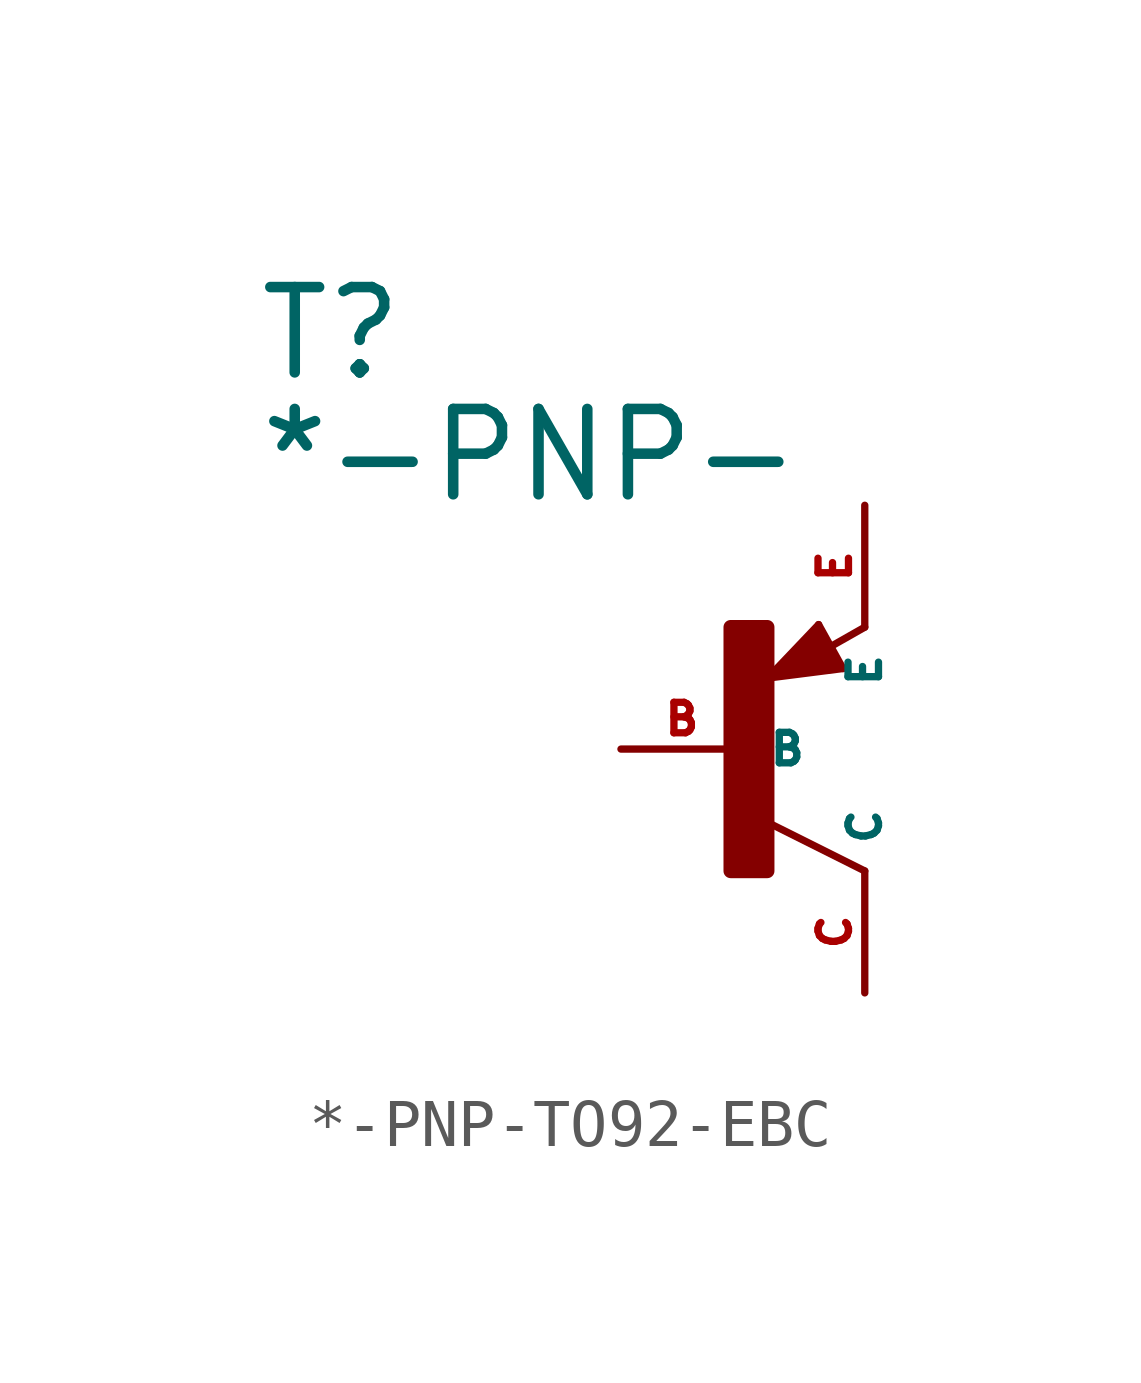
<source format=kicad_sym>
(kicad_symbol_lib
  (version 20220914)
  (generator Eagle2Kicad)
  (symbol "*-PNP-TO92-EBC"
    (property "Reference" "T"
      (at -10.16 7.62 0)
      (effects (font (size 1.778 1.778) (thickness 0.22)) (justify left bottom)))
    (property "Value" "*-PNP-"
      (at -10.16 5.08 0)
      (effects (font (size 1.778 1.778) (thickness 0.22)) (justify left bottom)))
    (polyline
      (pts (xy 2.086 1.678) (xy 1.578 2.594))
      (stroke (width 0.152) (type default))
      (fill (type none)))
    (polyline
      (pts (xy 1.578 2.594) (xy 0.516 1.478))
      (stroke (width 0.152) (type default))
      (fill (type none)))
    (polyline
      (pts (xy 0.516 1.478) (xy 2.086 1.678))
      (stroke (width 0.152) (type default))
      (fill (type none)))
    (polyline
      (pts (xy 2.54 2.54) (xy 1.808 2.124))
      (stroke (width 0.152) (type default))
      (fill (type none)))
    (polyline
      (pts (xy 2.54 -2.54) (xy 0.508 -1.524))
      (stroke (width 0.152) (type default))
      (fill (type none)))
    (polyline
      (pts (xy 1.905 1.778) (xy 1.524 2.413))
      (stroke (width 0.254) (type default))
      (fill (type none)))
    (polyline
      (pts (xy 1.524 2.413) (xy 0.762 1.651))
      (stroke (width 0.254) (type default))
      (fill (type none)))
    (polyline
      (pts (xy 0.762 1.651) (xy 1.778 1.778))
      (stroke (width 0.254) (type default))
      (fill (type none)))
    (polyline
      (pts (xy 1.778 1.778) (xy 1.524 2.159))
      (stroke (width 0.254) (type default))
      (fill (type none)))
    (polyline
      (pts (xy 1.524 2.159) (xy 1.143 1.905))
      (stroke (width 0.254) (type default))
      (fill (type none)))
    (polyline
      (pts (xy 1.143 1.905) (xy 1.524 1.905))
      (stroke (width 0.254) (type default))
      (fill (type none)))
    (rectangle
      (start -0.254 -2.54)
      (end 0.508 2.54)
      (stroke (width 0.3) (type default))
      (fill (type outline)))
    (pin passive line
      (at -2.54 0 0)
      (length 2.54)
      (name "B" (effects (font (size 0.635 0.635) (thickness 0.08)) (justify left bottom)))
      (number "B" (effects (font (size 0.635 0.635) (thickness 0.08)) (justify left bottom))))
    (pin passive line
      (at 2.54 5.08 270)
      (length 2.54)
      (name "E" (effects (font (size 0.635 0.635) (thickness 0.08)) (justify left bottom)))
      (number "E" (effects (font (size 0.635 0.635) (thickness 0.08)) (justify left bottom))))
    (pin passive line
      (at 2.54 -5.08 90)
      (length 2.54)
      (name "C" (effects (font (size 0.635 0.635) (thickness 0.08)) (justify left bottom)))
      (number "C" (effects (font (size 0.635 0.635) (thickness 0.08)) (justify left bottom))))))
</source>
